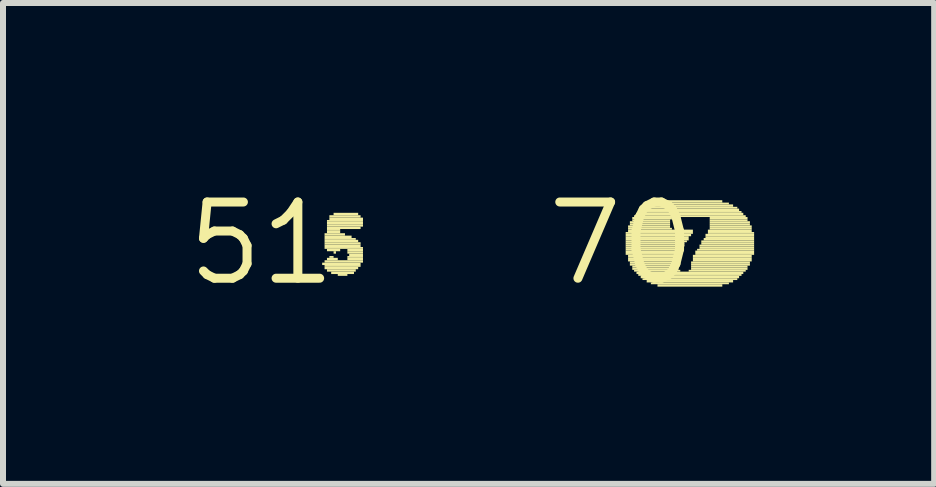
<source format=kicad_pcb>
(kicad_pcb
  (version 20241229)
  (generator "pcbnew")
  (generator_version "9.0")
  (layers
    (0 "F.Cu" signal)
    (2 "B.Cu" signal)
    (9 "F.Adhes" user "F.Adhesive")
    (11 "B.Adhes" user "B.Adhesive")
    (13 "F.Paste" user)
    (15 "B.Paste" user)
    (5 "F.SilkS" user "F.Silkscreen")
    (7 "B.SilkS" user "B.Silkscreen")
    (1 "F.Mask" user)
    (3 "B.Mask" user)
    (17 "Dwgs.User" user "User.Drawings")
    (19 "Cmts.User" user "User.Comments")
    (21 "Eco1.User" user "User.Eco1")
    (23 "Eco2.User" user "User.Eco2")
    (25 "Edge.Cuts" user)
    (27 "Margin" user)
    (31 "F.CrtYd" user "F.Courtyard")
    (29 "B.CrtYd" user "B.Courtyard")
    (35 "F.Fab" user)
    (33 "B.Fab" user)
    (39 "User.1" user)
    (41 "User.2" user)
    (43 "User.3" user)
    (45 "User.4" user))
  (footprint "70"
    (layer "F.Cu")
    (at 7.305 1.006)
    (property "Reference" "70" (at 0 0 0) (layer "F.SilkS") (effects (font (size 1.27 1.27) (thickness 0.15))))
    (fp_poly (pts (xy 0.07 -0.16) (xy 1.19 -0.16) (xy 1.19 -0.19) (xy 0.07 -0.19)) (stroke (width 0) (type solid)) (fill yes) (layer "F.SilkS"))
    (fp_poly (pts (xy 0.07 -0.12) (xy 1.16 -0.12) (xy 1.16 -0.16) (xy 0.07 -0.16)) (stroke (width 0) (type solid)) (fill yes) (layer "F.SilkS"))
    (fp_poly (pts (xy 0.07 -0.09) (xy 1.12 -0.09) (xy 1.12 -0.12) (xy 0.07 -0.12)) (stroke (width 0) (type solid)) (fill yes) (layer "F.SilkS"))
    (fp_poly (pts (xy 0.07 -0.05) (xy 1.12 -0.05) (xy 1.12 -0.09) (xy 0.07 -0.09)) (stroke (width 0) (type solid)) (fill yes) (layer "F.SilkS"))
    (fp_poly (pts (xy 0.07 -0.02) (xy 1.09 -0.02) (xy 1.09 -0.05) (xy 0.07 -0.05)) (stroke (width 0) (type solid)) (fill yes) (layer "F.SilkS"))
    (fp_poly (pts (xy 0.07 0.02) (xy 1.05 0.02) (xy 1.05 -0.02) (xy 0.07 -0.02)) (stroke (width 0) (type solid)) (fill yes) (layer "F.SilkS"))
    (fp_poly (pts (xy 0.07 0.05) (xy 1.05 0.05) (xy 1.05 0.02) (xy 0.07 0.02)) (stroke (width 0) (type solid)) (fill yes) (layer "F.SilkS"))
    (fp_poly (pts (xy 0.07 0.09) (xy 1.02 0.09) (xy 1.02 0.05) (xy 0.07 0.05)) (stroke (width 0) (type solid)) (fill yes) (layer "F.SilkS"))
    (fp_poly (pts (xy 0.07 0.12) (xy 1.02 0.12) (xy 1.02 0.09) (xy 0.07 0.09)) (stroke (width 0) (type solid)) (fill yes) (layer "F.SilkS"))
    (fp_poly (pts (xy 0.07 0.16) (xy 0.98 0.16) (xy 0.98 0.12) (xy 0.07 0.12)) (stroke (width 0) (type solid)) (fill yes) (layer "F.SilkS"))
    (fp_poly (pts (xy 0.07 0.19) (xy 0.98 0.19) (xy 0.98 0.16) (xy 0.07 0.16)) (stroke (width 0) (type solid)) (fill yes) (layer "F.SilkS"))
    (fp_poly (pts (xy 0.11 -0.26) (xy 0.81 -0.26) (xy 0.81 -0.3) (xy 0.11 -0.3)) (stroke (width 0) (type solid)) (fill yes) (layer "F.SilkS"))
    (fp_poly (pts (xy 0.11 -0.23) (xy 0.84 -0.23) (xy 0.84 -0.26) (xy 0.11 -0.26)) (stroke (width 0) (type solid)) (fill yes) (layer "F.SilkS"))
    (fp_poly (pts (xy 0.11 -0.19) (xy 1.19 -0.19) (xy 1.19 -0.23) (xy 0.11 -0.23)) (stroke (width 0) (type solid)) (fill yes) (layer "F.SilkS"))
    (fp_poly (pts (xy 0.11 0.23) (xy 0.98 0.23) (xy 0.98 0.19) (xy 0.11 0.19)) (stroke (width 0) (type solid)) (fill yes) (layer "F.SilkS"))
    (fp_poly (pts (xy 0.11 0.26) (xy 0.95 0.26) (xy 0.95 0.23) (xy 0.11 0.23)) (stroke (width 0) (type solid)) (fill yes) (layer "F.SilkS"))
    (fp_poly (pts (xy 0.11 0.3) (xy 0.95 0.3) (xy 0.95 0.26) (xy 0.11 0.26)) (stroke (width 0) (type solid)) (fill yes) (layer "F.SilkS"))
    (fp_poly (pts (xy 0.14 -0.33) (xy 0.81 -0.33) (xy 0.81 -0.37) (xy 0.14 -0.37)) (stroke (width 0) (type solid)) (fill yes) (layer "F.SilkS"))
    (fp_poly (pts (xy 0.14 -0.3) (xy 0.81 -0.3) (xy 0.81 -0.33) (xy 0.14 -0.33)) (stroke (width 0) (type solid)) (fill yes) (layer "F.SilkS"))
    (fp_poly (pts (xy 0.14 0.33) (xy 0.95 0.33) (xy 0.95 0.3) (xy 0.14 0.3)) (stroke (width 0) (type solid)) (fill yes) (layer "F.SilkS"))
    (fp_poly (pts (xy 0.14 0.37) (xy 0.95 0.37) (xy 0.95 0.33) (xy 0.14 0.33)) (stroke (width 0) (type solid)) (fill yes) (layer "F.SilkS"))
    (fp_poly (pts (xy 0.18 -0.4) (xy 0.84 -0.4) (xy 0.84 -0.44) (xy 0.18 -0.44)) (stroke (width 0) (type solid)) (fill yes) (layer "F.SilkS"))
    (fp_poly (pts (xy 0.18 -0.37) (xy 0.81 -0.37) (xy 0.81 -0.4) (xy 0.18 -0.4)) (stroke (width 0) (type solid)) (fill yes) (layer "F.SilkS"))
    (fp_poly (pts (xy 0.18 0.4) (xy 0.95 0.4) (xy 0.95 0.37) (xy 0.18 0.37)) (stroke (width 0) (type solid)) (fill yes) (layer "F.SilkS"))
    (fp_poly (pts (xy 0.18 0.44) (xy 0.95 0.44) (xy 0.95 0.4) (xy 0.18 0.4)) (stroke (width 0) (type solid)) (fill yes) (layer "F.SilkS"))
    (fp_poly (pts (xy 0.21 -0.44) (xy 2.07 -0.44) (xy 2.07 -0.47) (xy 0.21 -0.47)) (stroke (width 0) (type solid)) (fill yes) (layer "F.SilkS"))
    (fp_poly (pts (xy 0.21 0.47) (xy 0.98 0.47) (xy 0.98 0.44) (xy 0.21 0.44)) (stroke (width 0) (type solid)) (fill yes) (layer "F.SilkS"))
    (fp_poly (pts (xy 0.25 -0.47) (xy 2.03 -0.47) (xy 2.03 -0.51) (xy 0.25 -0.51)) (stroke (width 0) (type solid)) (fill yes) (layer "F.SilkS"))
    (fp_poly (pts (xy 0.25 0.51) (xy 2.03 0.51) (xy 2.03 0.47) (xy 0.25 0.47)) (stroke (width 0) (type solid)) (fill yes) (layer "F.SilkS"))
    (fp_poly (pts (xy 0.28 -0.51) (xy 2 -0.51) (xy 2 -0.54) (xy 0.28 -0.54)) (stroke (width 0) (type solid)) (fill yes) (layer "F.SilkS"))
    (fp_poly (pts (xy 0.28 0.54) (xy 2 0.54) (xy 2 0.51) (xy 0.28 0.51)) (stroke (width 0) (type solid)) (fill yes) (layer "F.SilkS"))
    (fp_poly (pts (xy 0.32 -0.54) (xy 1.96 -0.54) (xy 1.96 -0.58) (xy 0.32 -0.58)) (stroke (width 0) (type solid)) (fill yes) (layer "F.SilkS"))
    (fp_poly (pts (xy 0.32 0.58) (xy 1.96 0.58) (xy 1.96 0.54) (xy 0.32 0.54)) (stroke (width 0) (type solid)) (fill yes) (layer "F.SilkS"))
    (fp_poly (pts (xy 0.35 -0.58) (xy 1.93 -0.58) (xy 1.93 -0.61) (xy 0.35 -0.61)) (stroke (width 0) (type solid)) (fill yes) (layer "F.SilkS"))
    (fp_poly (pts (xy 0.35 0.61) (xy 1.93 0.61) (xy 1.93 0.58) (xy 0.35 0.58)) (stroke (width 0) (type solid)) (fill yes) (layer "F.SilkS"))
    (fp_poly (pts (xy 0.42 -0.61) (xy 1.86 -0.61) (xy 1.86 -0.65) (xy 0.42 -0.65)) (stroke (width 0) (type solid)) (fill yes) (layer "F.SilkS"))
    (fp_poly (pts (xy 0.42 0.65) (xy 1.86 0.65) (xy 1.86 0.61) (xy 0.42 0.61)) (stroke (width 0) (type solid)) (fill yes) (layer "F.SilkS"))
    (fp_poly (pts (xy 0.49 -0.65) (xy 1.79 -0.65) (xy 1.79 -0.68) (xy 0.49 -0.68)) (stroke (width 0) (type solid)) (fill yes) (layer "F.SilkS"))
    (fp_poly (pts (xy 0.49 0.68) (xy 1.79 0.68) (xy 1.79 0.65) (xy 0.49 0.65)) (stroke (width 0) (type solid)) (fill yes) (layer "F.SilkS"))
    (fp_poly (pts (xy 0.6 -0.68) (xy 1.68 -0.68) (xy 1.68 -0.72) (xy 0.6 -0.72)) (stroke (width 0) (type solid)) (fill yes) (layer "F.SilkS"))
    (fp_poly (pts (xy 0.6 0.72) (xy 1.68 0.72) (xy 1.68 0.68) (xy 0.6 0.68)) (stroke (width 0) (type solid)) (fill yes) (layer "F.SilkS"))
    (fp_poly (pts (xy 1.12 0.47) (xy 2.07 0.47) (xy 2.07 0.44) (xy 1.12 0.44)) (stroke (width 0) (type solid)) (fill yes) (layer "F.SilkS"))
    (fp_poly (pts (xy 1.16 0.33) (xy 2.14 0.33) (xy 2.14 0.3) (xy 1.16 0.3)) (stroke (width 0) (type solid)) (fill yes) (layer "F.SilkS"))
    (fp_poly (pts (xy 1.16 0.37) (xy 2.14 0.37) (xy 2.14 0.33) (xy 1.16 0.33)) (stroke (width 0) (type solid)) (fill yes) (layer "F.SilkS"))
    (fp_poly (pts (xy 1.16 0.4) (xy 2.1 0.4) (xy 2.1 0.37) (xy 1.16 0.37)) (stroke (width 0) (type solid)) (fill yes) (layer "F.SilkS"))
    (fp_poly (pts (xy 1.16 0.44) (xy 2.1 0.44) (xy 2.1 0.4) (xy 1.16 0.4)) (stroke (width 0) (type solid)) (fill yes) (layer "F.SilkS"))
    (fp_poly (pts (xy 1.19 0.23) (xy 2.17 0.23) (xy 2.17 0.19) (xy 1.19 0.19)) (stroke (width 0) (type solid)) (fill yes) (layer "F.SilkS"))
    (fp_poly (pts (xy 1.19 0.26) (xy 2.17 0.26) (xy 2.17 0.23) (xy 1.19 0.23)) (stroke (width 0) (type solid)) (fill yes) (layer "F.SilkS"))
    (fp_poly (pts (xy 1.19 0.3) (xy 2.17 0.3) (xy 2.17 0.26) (xy 1.19 0.26)) (stroke (width 0) (type solid)) (fill yes) (layer "F.SilkS"))
    (fp_poly (pts (xy 1.23 0.16) (xy 2.21 0.16) (xy 2.21 0.12) (xy 1.23 0.12)) (stroke (width 0) (type solid)) (fill yes) (layer "F.SilkS"))
    (fp_poly (pts (xy 1.23 0.19) (xy 2.21 0.19) (xy 2.21 0.16) (xy 1.23 0.16)) (stroke (width 0) (type solid)) (fill yes) (layer "F.SilkS"))
    (fp_poly (pts (xy 1.26 0.12) (xy 2.21 0.12) (xy 2.21 0.09) (xy 1.26 0.09)) (stroke (width 0) (type solid)) (fill yes) (layer "F.SilkS"))
    (fp_poly (pts (xy 1.3 0.05) (xy 2.21 0.05) (xy 2.21 0.02) (xy 1.3 0.02)) (stroke (width 0) (type solid)) (fill yes) (layer "F.SilkS"))
    (fp_poly (pts (xy 1.3 0.09) (xy 2.21 0.09) (xy 2.21 0.05) (xy 1.3 0.05)) (stroke (width 0) (type solid)) (fill yes) (layer "F.SilkS"))
    (fp_poly (pts (xy 1.33 -0.02) (xy 2.21 -0.02) (xy 2.21 -0.05) (xy 1.33 -0.05)) (stroke (width 0) (type solid)) (fill yes) (layer "F.SilkS"))
    (fp_poly (pts (xy 1.33 0.02) (xy 2.21 0.02) (xy 2.21 -0.02) (xy 1.33 -0.02)) (stroke (width 0) (type solid)) (fill yes) (layer "F.SilkS"))
    (fp_poly (pts (xy 1.37 -0.05) (xy 2.21 -0.05) (xy 2.21 -0.09) (xy 1.37 -0.09)) (stroke (width 0) (type solid)) (fill yes) (layer "F.SilkS"))
    (fp_poly (pts (xy 1.4 -0.12) (xy 2.21 -0.12) (xy 2.21 -0.16) (xy 1.4 -0.16)) (stroke (width 0) (type solid)) (fill yes) (layer "F.SilkS"))
    (fp_poly (pts (xy 1.4 -0.09) (xy 2.21 -0.09) (xy 2.21 -0.12) (xy 1.4 -0.12)) (stroke (width 0) (type solid)) (fill yes) (layer "F.SilkS"))
    (fp_poly (pts (xy 1.44 -0.19) (xy 2.17 -0.19) (xy 2.17 -0.23) (xy 1.44 -0.23)) (stroke (width 0) (type solid)) (fill yes) (layer "F.SilkS"))
    (fp_poly (pts (xy 1.44 -0.16) (xy 2.21 -0.16) (xy 2.21 -0.19) (xy 1.44 -0.19)) (stroke (width 0) (type solid)) (fill yes) (layer "F.SilkS"))
    (fp_poly (pts (xy 1.47 -0.4) (xy 2.1 -0.4) (xy 2.1 -0.44) (xy 1.47 -0.44)) (stroke (width 0) (type solid)) (fill yes) (layer "F.SilkS"))
    (fp_poly (pts (xy 1.47 -0.37) (xy 2.1 -0.37) (xy 2.1 -0.4) (xy 1.47 -0.4)) (stroke (width 0) (type solid)) (fill yes) (layer "F.SilkS"))
    (fp_poly (pts (xy 1.47 -0.33) (xy 2.14 -0.33) (xy 2.14 -0.37) (xy 1.47 -0.37)) (stroke (width 0) (type solid)) (fill yes) (layer "F.SilkS"))
    (fp_poly (pts (xy 1.47 -0.3) (xy 2.14 -0.3) (xy 2.14 -0.33) (xy 1.47 -0.33)) (stroke (width 0) (type solid)) (fill yes) (layer "F.SilkS"))
    (fp_poly (pts (xy 1.47 -0.26) (xy 2.17 -0.26) (xy 2.17 -0.3) (xy 1.47 -0.3)) (stroke (width 0) (type solid)) (fill yes) (layer "F.SilkS"))
    (fp_poly (pts (xy 1.47 -0.23) (xy 2.17 -0.23) (xy 2.17 -0.26) (xy 1.47 -0.26)) (stroke (width 0) (type solid)) (fill yes) (layer "F.SilkS")))
  (footprint "51"
    (layer "F.Cu")
    (at 1.308 1.006)
    (property "Reference" "51" (at 0 0 0) (layer "F.SilkS") (effects (font (size 1.27 1.27) (thickness 0.15))))
    (fp_poly (pts (xy 1.01 0.36) (xy 1.65 0.36) (xy 1.65 0.32) (xy 1.01 0.32)) (stroke (width 0) (type solid)) (fill yes) (layer "F.SilkS"))
    (fp_poly (pts (xy 1.05 -0.13) (xy 1.39 -0.13) (xy 1.39 -0.17) (xy 1.05 -0.17)) (stroke (width 0) (type solid)) (fill yes) (layer "F.SilkS"))
    (fp_poly (pts (xy 1.05 -0.09) (xy 1.5 -0.09) (xy 1.5 -0.13) (xy 1.05 -0.13)) (stroke (width 0) (type solid)) (fill yes) (layer "F.SilkS"))
    (fp_poly (pts (xy 1.05 -0.06) (xy 1.57 -0.06) (xy 1.57 -0.09) (xy 1.05 -0.09)) (stroke (width 0) (type solid)) (fill yes) (layer "F.SilkS"))
    (fp_poly (pts (xy 1.05 -0.02) (xy 1.61 -0.02) (xy 1.61 -0.06) (xy 1.05 -0.06)) (stroke (width 0) (type solid)) (fill yes) (layer "F.SilkS"))
    (fp_poly (pts (xy 1.05 0.02) (xy 1.65 0.02) (xy 1.65 -0.02) (xy 1.05 -0.02)) (stroke (width 0) (type solid)) (fill yes) (layer "F.SilkS"))
    (fp_poly (pts (xy 1.05 0.06) (xy 1.65 0.06) (xy 1.65 0.02) (xy 1.05 0.02)) (stroke (width 0) (type solid)) (fill yes) (layer "F.SilkS"))
    (fp_poly (pts (xy 1.05 0.09) (xy 1.69 0.09) (xy 1.69 0.06) (xy 1.05 0.06)) (stroke (width 0) (type solid)) (fill yes) (layer "F.SilkS"))
    (fp_poly (pts (xy 1.05 0.32) (xy 1.69 0.32) (xy 1.69 0.28) (xy 1.05 0.28)) (stroke (width 0) (type solid)) (fill yes) (layer "F.SilkS"))
    (fp_poly (pts (xy 1.05 0.39) (xy 1.65 0.39) (xy 1.65 0.36) (xy 1.05 0.36)) (stroke (width 0) (type solid)) (fill yes) (layer "F.SilkS"))
    (fp_poly (pts (xy 1.05 0.43) (xy 1.61 0.43) (xy 1.61 0.39) (xy 1.05 0.39)) (stroke (width 0) (type solid)) (fill yes) (layer "F.SilkS"))
    (fp_poly (pts (xy 1.09 -0.36) (xy 1.69 -0.36) (xy 1.69 -0.39) (xy 1.09 -0.39)) (stroke (width 0) (type solid)) (fill yes) (layer "F.SilkS"))
    (fp_poly (pts (xy 1.09 -0.32) (xy 1.69 -0.32) (xy 1.69 -0.36) (xy 1.09 -0.36)) (stroke (width 0) (type solid)) (fill yes) (layer "F.SilkS"))
    (fp_poly (pts (xy 1.09 -0.28) (xy 1.69 -0.28) (xy 1.69 -0.32) (xy 1.09 -0.32)) (stroke (width 0) (type solid)) (fill yes) (layer "F.SilkS"))
    (fp_poly (pts (xy 1.09 -0.24) (xy 1.65 -0.24) (xy 1.65 -0.28) (xy 1.09 -0.28)) (stroke (width 0) (type solid)) (fill yes) (layer "F.SilkS"))
    (fp_poly (pts (xy 1.09 -0.21) (xy 1.31 -0.21) (xy 1.31 -0.24) (xy 1.09 -0.24)) (stroke (width 0) (type solid)) (fill yes) (layer "F.SilkS"))
    (fp_poly (pts (xy 1.09 -0.17) (xy 1.31 -0.17) (xy 1.31 -0.21) (xy 1.09 -0.21)) (stroke (width 0) (type solid)) (fill yes) (layer "F.SilkS"))
    (fp_poly (pts (xy 1.09 0.13) (xy 1.31 0.13) (xy 1.31 0.09) (xy 1.09 0.09)) (stroke (width 0) (type solid)) (fill yes) (layer "F.SilkS"))
    (fp_poly (pts (xy 1.09 0.28) (xy 1.27 0.28) (xy 1.27 0.24) (xy 1.09 0.24)) (stroke (width 0) (type solid)) (fill yes) (layer "F.SilkS"))
    (fp_poly (pts (xy 1.09 0.47) (xy 1.57 0.47) (xy 1.57 0.43) (xy 1.09 0.43)) (stroke (width 0) (type solid)) (fill yes) (layer "F.SilkS"))
    (fp_poly (pts (xy 1.13 -0.43) (xy 1.65 -0.43) (xy 1.65 -0.47) (xy 1.13 -0.47)) (stroke (width 0) (type solid)) (fill yes) (layer "F.SilkS"))
    (fp_poly (pts (xy 1.13 -0.39) (xy 1.69 -0.39) (xy 1.69 -0.43) (xy 1.13 -0.43)) (stroke (width 0) (type solid)) (fill yes) (layer "F.SilkS"))
    (fp_poly (pts (xy 1.13 0.24) (xy 1.2 0.24) (xy 1.2 0.21) (xy 1.13 0.21)) (stroke (width 0) (type solid)) (fill yes) (layer "F.SilkS"))
    (fp_poly (pts (xy 1.16 0.51) (xy 1.54 0.51) (xy 1.54 0.47) (xy 1.16 0.47)) (stroke (width 0) (type solid)) (fill yes) (layer "F.SilkS"))
    (fp_poly (pts (xy 1.2 -0.47) (xy 1.61 -0.47) (xy 1.61 -0.51) (xy 1.2 -0.51)) (stroke (width 0) (type solid)) (fill yes) (layer "F.SilkS"))
    (fp_poly (pts (xy 1.2 0.17) (xy 1.24 0.17) (xy 1.24 0.13) (xy 1.2 0.13)) (stroke (width 0) (type solid)) (fill yes) (layer "F.SilkS"))
    (fp_poly (pts (xy 1.27 0.54) (xy 1.43 0.54) (xy 1.43 0.51) (xy 1.27 0.51)) (stroke (width 0) (type solid)) (fill yes) (layer "F.SilkS"))
    (fp_poly (pts (xy 1.43 0.13) (xy 1.69 0.13) (xy 1.69 0.09) (xy 1.43 0.09)) (stroke (width 0) (type solid)) (fill yes) (layer "F.SilkS"))
    (fp_poly (pts (xy 1.43 0.17) (xy 1.69 0.17) (xy 1.69 0.13) (xy 1.43 0.13)) (stroke (width 0) (type solid)) (fill yes) (layer "F.SilkS"))
    (fp_poly (pts (xy 1.43 0.24) (xy 1.69 0.24) (xy 1.69 0.21) (xy 1.43 0.21)) (stroke (width 0) (type solid)) (fill yes) (layer "F.SilkS"))
    (fp_poly (pts (xy 1.43 0.28) (xy 1.69 0.28) (xy 1.69 0.24) (xy 1.43 0.24)) (stroke (width 0) (type solid)) (fill yes) (layer "F.SilkS"))
    (fp_poly (pts (xy 1.46 0.21) (xy 1.69 0.21) (xy 1.69 0.17) (xy 1.46 0.17)) (stroke (width 0) (type solid)) (fill yes) (layer "F.SilkS")))
  (gr_rect
    (start -3 -3)
    (end 12.515 5.012)
    (stroke (width 0.1) (type default))
    (fill no)
    (layer "Edge.Cuts")))
</source>
